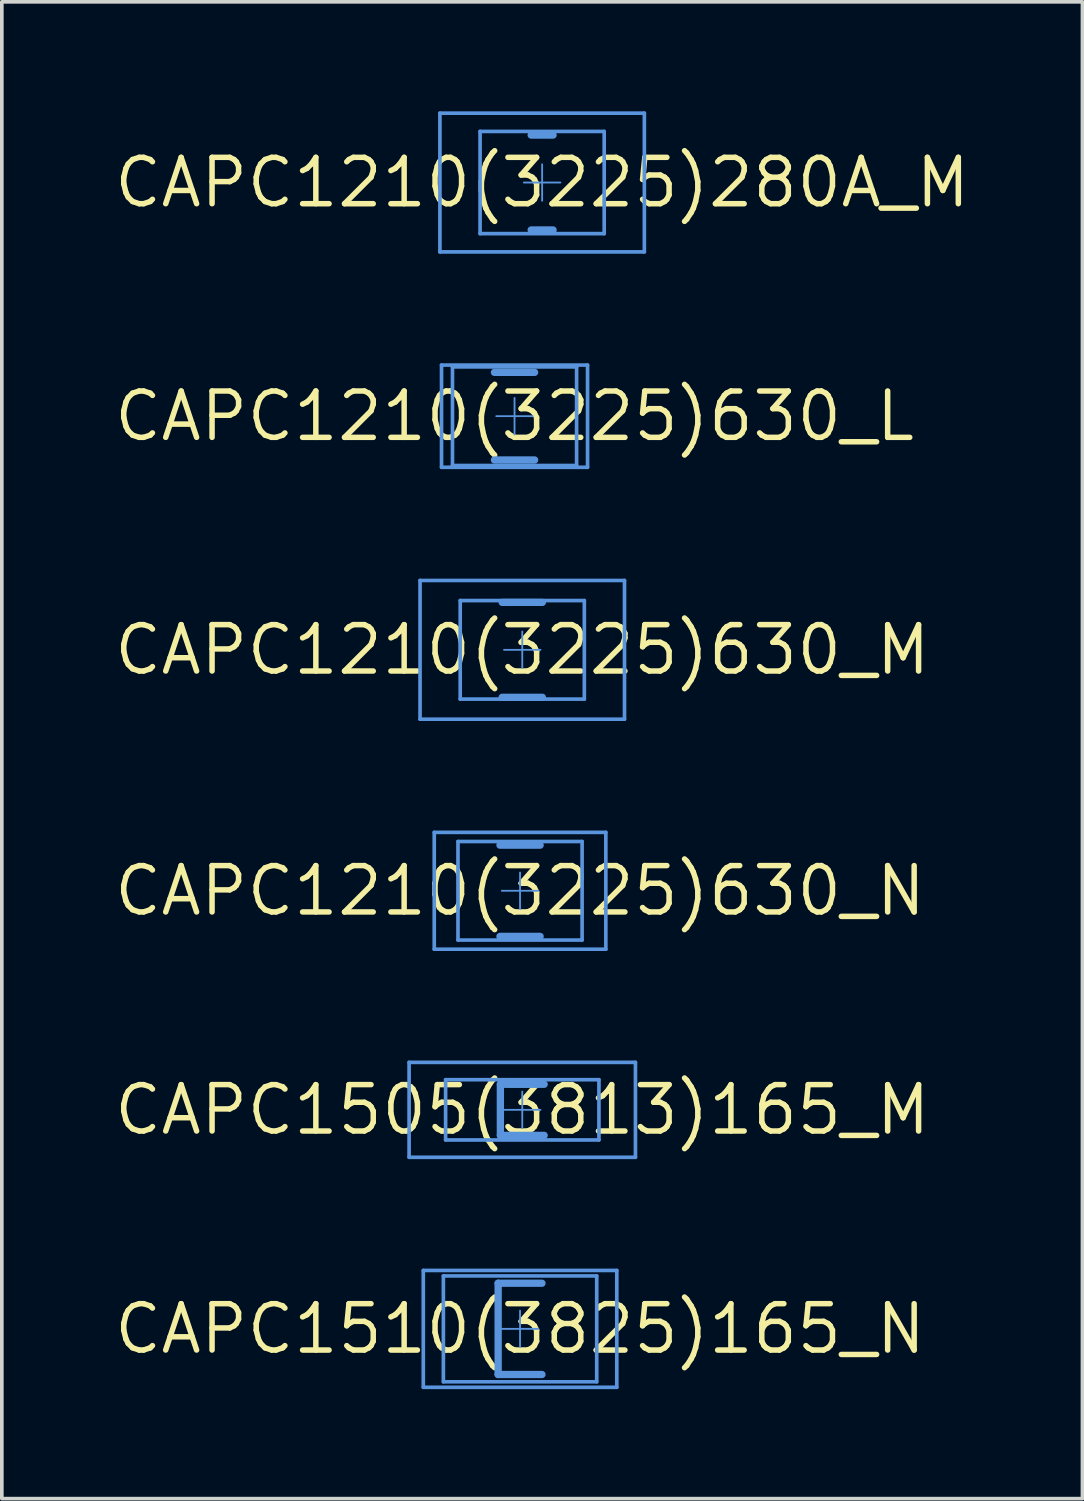
<source format=kicad_pcb>
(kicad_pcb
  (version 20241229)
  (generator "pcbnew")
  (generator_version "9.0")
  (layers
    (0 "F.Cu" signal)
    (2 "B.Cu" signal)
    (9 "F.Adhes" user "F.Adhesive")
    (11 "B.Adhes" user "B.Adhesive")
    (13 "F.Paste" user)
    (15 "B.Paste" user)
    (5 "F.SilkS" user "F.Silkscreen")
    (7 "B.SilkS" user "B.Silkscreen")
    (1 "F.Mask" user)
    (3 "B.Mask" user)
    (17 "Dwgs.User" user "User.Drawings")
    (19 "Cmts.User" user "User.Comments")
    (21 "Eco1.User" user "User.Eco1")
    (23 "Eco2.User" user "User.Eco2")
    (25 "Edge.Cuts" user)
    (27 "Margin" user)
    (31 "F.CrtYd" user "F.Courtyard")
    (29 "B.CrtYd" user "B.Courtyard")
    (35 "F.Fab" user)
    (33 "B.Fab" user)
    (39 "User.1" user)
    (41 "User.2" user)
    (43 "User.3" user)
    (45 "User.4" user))
  (footprint "CAPC1510(3825)165_N"
    (layer "F.Cu")
    (at 11.195 33.35)
    (property "Reference" "CAPC1510(3825)165_N" (at 0 0 0) (layer "F.SilkS") (effects (font (size 1.27 1.27) (thickness 0.15))))
    (attr through_hole)
    (fp_line (start -2.65 -1.6) (end 2.65 -1.6) (stroke (width 0.05) (type solid)) (layer "Cmts.User"))
    (fp_line (start -2.65 -1.6) (end 2.65 -1.6) (stroke (width 0.1) (type solid)) (layer "Cmts.User"))
    (fp_line (start -2.65 1.6) (end -2.65 -1.6) (stroke (width 0.05) (type solid)) (layer "Cmts.User"))
    (fp_line (start -2.65 1.6) (end -2.65 -1.6) (stroke (width 0.1) (type solid)) (layer "Cmts.User"))
    (fp_line (start -2.65 1.6) (end 2.65 1.6) (stroke (width 0.05) (type solid)) (layer "Cmts.User"))
    (fp_line (start -2.65 1.6) (end 2.65 1.6) (stroke (width 0.1) (type solid)) (layer "Cmts.User"))
    (fp_line (start -2.1 -1.45) (end 2.1 -1.45) (stroke (width 0.1) (type solid)) (layer "Cmts.User"))
    (fp_line (start -2.1 1.45) (end -2.1 -1.45) (stroke (width 0.1) (type solid)) (layer "Cmts.User"))
    (fp_line (start -2.1 1.45) (end 2.1 1.45) (stroke (width 0.1) (type solid)) (layer "Cmts.User"))
    (fp_line (start -0.6 -1.25) (end 0.6 -1.25) (stroke (width 0.2) (type solid)) (layer "Cmts.User"))
    (fp_line (start -0.6 1.25) (end -0.6 -1.25) (stroke (width 0.2) (type solid)) (layer "Cmts.User"))
    (fp_line (start -0.6 1.25) (end 0.6 1.25) (stroke (width 0.2) (type solid)) (layer "Cmts.User"))
    (fp_line (start -0.5 0) (end 0.5 0) (stroke (width 0.05) (type solid)) (layer "Cmts.User"))
    (fp_line (start 0 0.5) (end 0 -0.5) (stroke (width 0.05) (type solid)) (layer "Cmts.User"))
    (fp_line (start 2.1 1.45) (end 2.1 -1.45) (stroke (width 0.1) (type solid)) (layer "Cmts.User"))
    (fp_line (start 2.65 1.6) (end 2.65 -1.6) (stroke (width 0.05) (type solid)) (layer "Cmts.User"))
    (fp_line (start 2.65 1.6) (end 2.65 -1.6) (stroke (width 0.1) (type solid)) (layer "Cmts.User")))
  (footprint "CAPC1210(3225)280A_M"
    (layer "F.Cu")
    (at 11.8 1.95)
    (property "Reference" "CAPC1210(3225)280A_M" (at 0 0 0) (layer "F.SilkS") (effects (font (size 1.27 1.27) (thickness 0.15))))
    (attr through_hole)
    (fp_line (start -2.8 -1.9) (end 2.8 -1.9) (stroke (width 0.05) (type solid)) (layer "Cmts.User"))
    (fp_line (start -2.8 -1.9) (end 2.8 -1.9) (stroke (width 0.1) (type solid)) (layer "Cmts.User"))
    (fp_line (start -2.8 1.9) (end -2.8 -1.9) (stroke (width 0.05) (type solid)) (layer "Cmts.User"))
    (fp_line (start -2.8 1.9) (end -2.8 -1.9) (stroke (width 0.1) (type solid)) (layer "Cmts.User"))
    (fp_line (start -2.8 1.9) (end 2.8 1.9) (stroke (width 0.05) (type solid)) (layer "Cmts.User"))
    (fp_line (start -2.8 1.9) (end 2.8 1.9) (stroke (width 0.1) (type solid)) (layer "Cmts.User"))
    (fp_line (start -1.7 -1.4) (end 1.7 -1.4) (stroke (width 0.1) (type solid)) (layer "Cmts.User"))
    (fp_line (start -1.7 1.4) (end -1.7 -1.4) (stroke (width 0.1) (type solid)) (layer "Cmts.User"))
    (fp_line (start -1.7 1.4) (end 1.7 1.4) (stroke (width 0.1) (type solid)) (layer "Cmts.User"))
    (fp_line (start -0.5 0) (end 0.5 0) (stroke (width 0.05) (type solid)) (layer "Cmts.User"))
    (fp_line (start -0.3 -1.3) (end 0.3 -1.3) (stroke (width 0.2) (type solid)) (layer "Cmts.User"))
    (fp_line (start -0.3 1.3) (end 0.3 1.3) (stroke (width 0.2) (type solid)) (layer "Cmts.User"))
    (fp_line (start 0 0.5) (end 0 -0.5) (stroke (width 0.05) (type solid)) (layer "Cmts.User"))
    (fp_line (start 1.7 1.4) (end 1.7 -1.4) (stroke (width 0.1) (type solid)) (layer "Cmts.User"))
    (fp_line (start 2.8 1.9) (end 2.8 -1.9) (stroke (width 0.05) (type solid)) (layer "Cmts.User"))
    (fp_line (start 2.8 1.9) (end 2.8 -1.9) (stroke (width 0.1) (type solid)) (layer "Cmts.User")))
  (footprint "CAPC1210(3225)630_N"
    (layer "F.Cu")
    (at 11.195 21.35)
    (property "Reference" "CAPC1210(3225)630_N" (at 0 0 0) (layer "F.SilkS") (effects (font (size 1.27 1.27) (thickness 0.15))))
    (attr through_hole)
    (fp_line (start -2.35 -1.6) (end 2.35 -1.6) (stroke (width 0.05) (type solid)) (layer "Cmts.User"))
    (fp_line (start -2.35 -1.6) (end 2.35 -1.6) (stroke (width 0.1) (type solid)) (layer "Cmts.User"))
    (fp_line (start -2.35 1.6) (end -2.35 -1.6) (stroke (width 0.05) (type solid)) (layer "Cmts.User"))
    (fp_line (start -2.35 1.6) (end -2.35 -1.6) (stroke (width 0.1) (type solid)) (layer "Cmts.User"))
    (fp_line (start -2.35 1.6) (end 2.35 1.6) (stroke (width 0.05) (type solid)) (layer "Cmts.User"))
    (fp_line (start -2.35 1.6) (end 2.35 1.6) (stroke (width 0.1) (type solid)) (layer "Cmts.User"))
    (fp_line (start -1.7 -1.35) (end 1.7 -1.35) (stroke (width 0.1) (type solid)) (layer "Cmts.User"))
    (fp_line (start -1.7 1.35) (end -1.7 -1.35) (stroke (width 0.1) (type solid)) (layer "Cmts.User"))
    (fp_line (start -1.7 1.35) (end 1.7 1.35) (stroke (width 0.1) (type solid)) (layer "Cmts.User"))
    (fp_line (start -0.55 -1.25) (end 0.55 -1.25) (stroke (width 0.2) (type solid)) (layer "Cmts.User"))
    (fp_line (start -0.55 1.25) (end 0.55 1.25) (stroke (width 0.2) (type solid)) (layer "Cmts.User"))
    (fp_line (start -0.5 0) (end 0.5 0) (stroke (width 0.05) (type solid)) (layer "Cmts.User"))
    (fp_line (start 0 0.5) (end 0 -0.5) (stroke (width 0.05) (type solid)) (layer "Cmts.User"))
    (fp_line (start 1.7 1.35) (end 1.7 -1.35) (stroke (width 0.1) (type solid)) (layer "Cmts.User"))
    (fp_line (start 2.35 1.6) (end 2.35 -1.6) (stroke (width 0.05) (type solid)) (layer "Cmts.User"))
    (fp_line (start 2.35 1.6) (end 2.35 -1.6) (stroke (width 0.1) (type solid)) (layer "Cmts.User")))
  (footprint "CAPC1505(3813)165_M"
    (layer "F.Cu")
    (at 11.256 27.35)
    (property "Reference" "CAPC1505(3813)165_M" (at 0 0 0) (layer "F.SilkS") (effects (font (size 1.27 1.27) (thickness 0.15))))
    (attr through_hole)
    (fp_line (start -3.1 -1.3) (end 3.1 -1.3) (stroke (width 0.05) (type solid)) (layer "Cmts.User"))
    (fp_line (start -3.1 -1.3) (end 3.1 -1.3) (stroke (width 0.1) (type solid)) (layer "Cmts.User"))
    (fp_line (start -3.1 1.3) (end -3.1 -1.3) (stroke (width 0.05) (type solid)) (layer "Cmts.User"))
    (fp_line (start -3.1 1.3) (end -3.1 -1.3) (stroke (width 0.1) (type solid)) (layer "Cmts.User"))
    (fp_line (start -3.1 1.3) (end 3.1 1.3) (stroke (width 0.05) (type solid)) (layer "Cmts.User"))
    (fp_line (start -3.1 1.3) (end 3.1 1.3) (stroke (width 0.1) (type solid)) (layer "Cmts.User"))
    (fp_line (start -2.1 -0.825) (end 2.1 -0.825) (stroke (width 0.1) (type solid)) (layer "Cmts.User"))
    (fp_line (start -2.1 0.825) (end -2.1 -0.825) (stroke (width 0.1) (type solid)) (layer "Cmts.User"))
    (fp_line (start -2.1 0.825) (end 2.1 0.825) (stroke (width 0.1) (type solid)) (layer "Cmts.User"))
    (fp_line (start -0.6 -0.7) (end 0.6 -0.7) (stroke (width 0.2) (type solid)) (layer "Cmts.User"))
    (fp_line (start -0.6 0.7) (end -0.6 -0.7) (stroke (width 0.2) (type solid)) (layer "Cmts.User"))
    (fp_line (start -0.6 0.7) (end 0.6 0.7) (stroke (width 0.2) (type solid)) (layer "Cmts.User"))
    (fp_line (start -0.5 0) (end 0.5 0) (stroke (width 0.05) (type solid)) (layer "Cmts.User"))
    (fp_line (start 0 0.5) (end 0 -0.5) (stroke (width 0.05) (type solid)) (layer "Cmts.User"))
    (fp_line (start 2.1 0.825) (end 2.1 -0.825) (stroke (width 0.1) (type solid)) (layer "Cmts.User"))
    (fp_line (start 3.1 1.3) (end 3.1 -1.3) (stroke (width 0.05) (type solid)) (layer "Cmts.User"))
    (fp_line (start 3.1 1.3) (end 3.1 -1.3) (stroke (width 0.1) (type solid)) (layer "Cmts.User")))
  (footprint "CAPC1210(3225)630_L"
    (layer "F.Cu")
    (at 11.044 8.35)
    (property "Reference" "CAPC1210(3225)630_L" (at 0 0 0) (layer "F.SilkS") (effects (font (size 1.27 1.27) (thickness 0.15))))
    (attr through_hole)
    (fp_line (start -2 -1.4) (end 2 -1.4) (stroke (width 0.05) (type solid)) (layer "Cmts.User"))
    (fp_line (start -2 -1.4) (end 2 -1.4) (stroke (width 0.1) (type solid)) (layer "Cmts.User"))
    (fp_line (start -2 1.4) (end -2 -1.4) (stroke (width 0.05) (type solid)) (layer "Cmts.User"))
    (fp_line (start -2 1.4) (end -2 -1.4) (stroke (width 0.1) (type solid)) (layer "Cmts.User"))
    (fp_line (start -2 1.4) (end 2 1.4) (stroke (width 0.05) (type solid)) (layer "Cmts.User"))
    (fp_line (start -2 1.4) (end 2 1.4) (stroke (width 0.1) (type solid)) (layer "Cmts.User"))
    (fp_line (start -1.7 -1.35) (end 1.7 -1.35) (stroke (width 0.1) (type solid)) (layer "Cmts.User"))
    (fp_line (start -1.7 1.35) (end -1.7 -1.35) (stroke (width 0.1) (type solid)) (layer "Cmts.User"))
    (fp_line (start -1.7 1.35) (end 1.7 1.35) (stroke (width 0.1) (type solid)) (layer "Cmts.User"))
    (fp_line (start -0.55 -1.2) (end 0.55 -1.2) (stroke (width 0.2) (type solid)) (layer "Cmts.User"))
    (fp_line (start -0.55 1.2) (end 0.55 1.2) (stroke (width 0.2) (type solid)) (layer "Cmts.User"))
    (fp_line (start -0.5 0) (end 0.5 0) (stroke (width 0.05) (type solid)) (layer "Cmts.User"))
    (fp_line (start 0 0.5) (end 0 -0.5) (stroke (width 0.05) (type solid)) (layer "Cmts.User"))
    (fp_line (start 1.7 1.35) (end 1.7 -1.35) (stroke (width 0.1) (type solid)) (layer "Cmts.User"))
    (fp_line (start 2 1.4) (end 2 -1.4) (stroke (width 0.05) (type solid)) (layer "Cmts.User"))
    (fp_line (start 2 1.4) (end 2 -1.4) (stroke (width 0.1) (type solid)) (layer "Cmts.User")))
  (footprint "CAPC1210(3225)630_M"
    (layer "F.Cu")
    (at 11.256 14.75)
    (property "Reference" "CAPC1210(3225)630_M" (at 0 0 0) (layer "F.SilkS") (effects (font (size 1.27 1.27) (thickness 0.15))))
    (attr through_hole)
    (fp_line (start -2.8 -1.9) (end 2.8 -1.9) (stroke (width 0.05) (type solid)) (layer "Cmts.User"))
    (fp_line (start -2.8 -1.9) (end 2.8 -1.9) (stroke (width 0.1) (type solid)) (layer "Cmts.User"))
    (fp_line (start -2.8 1.9) (end -2.8 -1.9) (stroke (width 0.05) (type solid)) (layer "Cmts.User"))
    (fp_line (start -2.8 1.9) (end -2.8 -1.9) (stroke (width 0.1) (type solid)) (layer "Cmts.User"))
    (fp_line (start -2.8 1.9) (end 2.8 1.9) (stroke (width 0.05) (type solid)) (layer "Cmts.User"))
    (fp_line (start -2.8 1.9) (end 2.8 1.9) (stroke (width 0.1) (type solid)) (layer "Cmts.User"))
    (fp_line (start -1.7 -1.35) (end 1.7 -1.35) (stroke (width 0.1) (type solid)) (layer "Cmts.User"))
    (fp_line (start -1.7 1.35) (end -1.7 -1.35) (stroke (width 0.1) (type solid)) (layer "Cmts.User"))
    (fp_line (start -1.7 1.35) (end 1.7 1.35) (stroke (width 0.1) (type solid)) (layer "Cmts.User"))
    (fp_line (start -0.55 -1.3) (end 0.55 -1.3) (stroke (width 0.2) (type solid)) (layer "Cmts.User"))
    (fp_line (start -0.55 1.3) (end 0.55 1.3) (stroke (width 0.2) (type solid)) (layer "Cmts.User"))
    (fp_line (start -0.5 0) (end 0.5 0) (stroke (width 0.05) (type solid)) (layer "Cmts.User"))
    (fp_line (start 0 0.5) (end 0 -0.5) (stroke (width 0.05) (type solid)) (layer "Cmts.User"))
    (fp_line (start 1.7 1.35) (end 1.7 -1.35) (stroke (width 0.1) (type solid)) (layer "Cmts.User"))
    (fp_line (start 2.8 1.9) (end 2.8 -1.9) (stroke (width 0.05) (type solid)) (layer "Cmts.User"))
    (fp_line (start 2.8 1.9) (end 2.8 -1.9) (stroke (width 0.1) (type solid)) (layer "Cmts.User")))
  (gr_rect
    (start -3 -3)
    (end 26.6 38)
    (stroke (width 0.1) (type default))
    (fill no)
    (layer "Edge.Cuts")))
</source>
